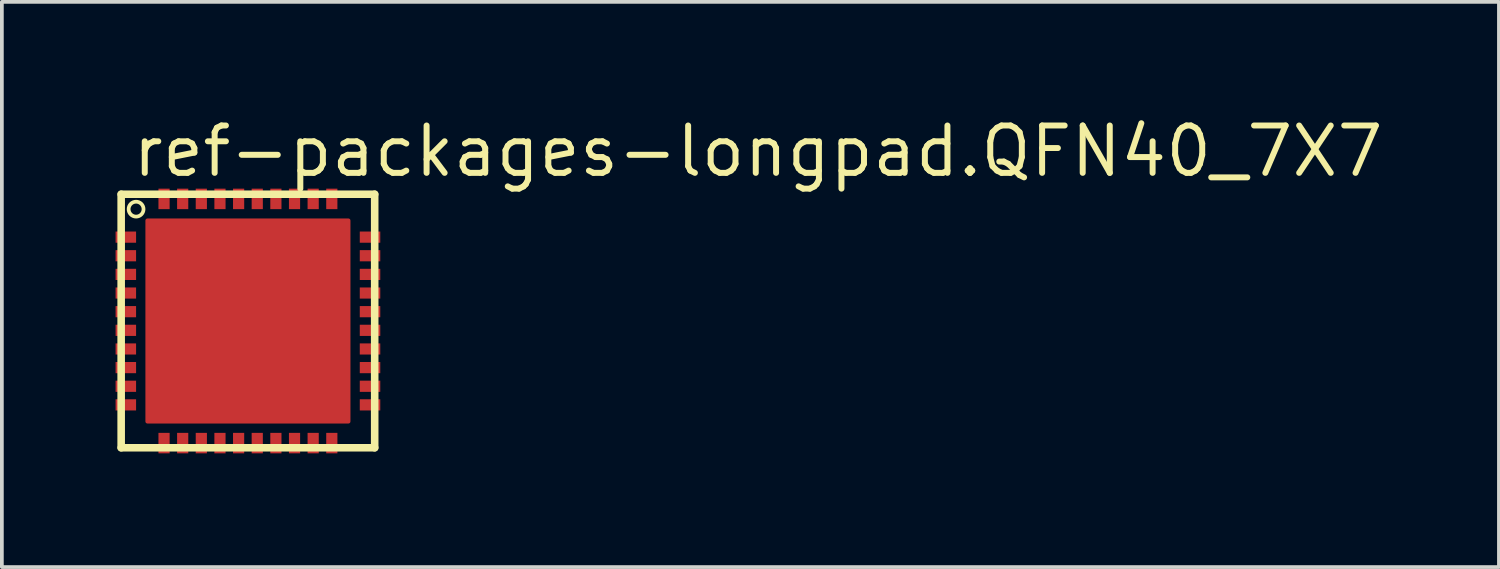
<source format=kicad_pcb>
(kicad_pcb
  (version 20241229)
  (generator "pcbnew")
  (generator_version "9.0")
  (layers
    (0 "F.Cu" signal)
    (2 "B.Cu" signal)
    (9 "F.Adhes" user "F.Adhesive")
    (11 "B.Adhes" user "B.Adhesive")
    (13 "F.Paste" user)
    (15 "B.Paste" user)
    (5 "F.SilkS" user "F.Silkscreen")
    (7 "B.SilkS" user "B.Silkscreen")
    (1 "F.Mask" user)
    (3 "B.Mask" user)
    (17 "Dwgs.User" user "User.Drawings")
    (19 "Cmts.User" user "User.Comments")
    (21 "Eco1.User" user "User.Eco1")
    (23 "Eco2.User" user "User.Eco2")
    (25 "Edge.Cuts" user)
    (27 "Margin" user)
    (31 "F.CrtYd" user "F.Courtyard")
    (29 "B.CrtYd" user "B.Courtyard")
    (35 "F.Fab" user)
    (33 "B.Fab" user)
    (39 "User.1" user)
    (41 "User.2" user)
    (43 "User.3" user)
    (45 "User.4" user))
  (footprint "ref-packages-longpad.QFN40_7X7"
    (layer "F.Cu")
    (at 3.6 5.56)
    (property "Reference" "ref-packages-longpad.QFN40_7X7" (at -3.175 -3.81 0) (layer "F.SilkS") (effects (font (size 1.27 1.27) (thickness 0.16)) (justify left bottom)))
    (attr smd)
    (fp_rect (start -3.575 -2.075) (end -2.975 -2.425) (stroke (width 0.05) (type default)) (fill yes) (layer "F.Mask"))
    (fp_rect (start -3.575 -1.575) (end -2.975 -1.925) (stroke (width 0.05) (type default)) (fill yes) (layer "F.Mask"))
    (fp_rect (start -3.575 -1.075) (end -2.975 -1.425) (stroke (width 0.05) (type default)) (fill yes) (layer "F.Mask"))
    (fp_rect (start -3.575 -0.575) (end -2.975 -0.925) (stroke (width 0.05) (type default)) (fill yes) (layer "F.Mask"))
    (fp_rect (start -3.575 -0.075) (end -2.975 -0.425) (stroke (width 0.05) (type default)) (fill yes) (layer "F.Mask"))
    (fp_rect (start -3.575 0.425) (end -2.975 0.075) (stroke (width 0.05) (type default)) (fill yes) (layer "F.Mask"))
    (fp_rect (start -3.575 0.925) (end -2.975 0.575) (stroke (width 0.05) (type default)) (fill yes) (layer "F.Mask"))
    (fp_rect (start -3.575 1.425) (end -2.975 1.075) (stroke (width 0.05) (type default)) (fill yes) (layer "F.Mask"))
    (fp_rect (start -3.575 1.925) (end -2.975 1.575) (stroke (width 0.05) (type default)) (fill yes) (layer "F.Mask"))
    (fp_rect (start -3.575 2.425) (end -2.975 2.075) (stroke (width 0.05) (type default)) (fill yes) (layer "F.Mask"))
    (fp_rect (start -2.425 -2.975) (end -2.075 -3.575) (stroke (width 0.05) (type default)) (fill yes) (layer "F.Mask"))
    (fp_rect (start -2.425 3.575) (end -2.075 2.975) (stroke (width 0.05) (type default)) (fill yes) (layer "F.Mask"))
    (fp_rect (start -1.925 -2.975) (end -1.575 -3.575) (stroke (width 0.05) (type default)) (fill yes) (layer "F.Mask"))
    (fp_rect (start -1.925 3.575) (end -1.575 2.975) (stroke (width 0.05) (type default)) (fill yes) (layer "F.Mask"))
    (fp_rect (start -1.425 -2.975) (end -1.075 -3.575) (stroke (width 0.05) (type default)) (fill yes) (layer "F.Mask"))
    (fp_rect (start -1.425 3.575) (end -1.075 2.975) (stroke (width 0.05) (type default)) (fill yes) (layer "F.Mask"))
    (fp_rect (start -0.925 -2.975) (end -0.575 -3.575) (stroke (width 0.05) (type default)) (fill yes) (layer "F.Mask"))
    (fp_rect (start -0.925 3.575) (end -0.575 2.975) (stroke (width 0.05) (type default)) (fill yes) (layer "F.Mask"))
    (fp_rect (start -0.425 -2.975) (end -0.075 -3.575) (stroke (width 0.05) (type default)) (fill yes) (layer "F.Mask"))
    (fp_rect (start -0.425 3.575) (end -0.075 2.975) (stroke (width 0.05) (type default)) (fill yes) (layer "F.Mask"))
    (fp_rect (start 0.075 -2.975) (end 0.425 -3.575) (stroke (width 0.05) (type default)) (fill yes) (layer "F.Mask"))
    (fp_rect (start 0.075 3.575) (end 0.425 2.975) (stroke (width 0.05) (type default)) (fill yes) (layer "F.Mask"))
    (fp_rect (start 0.575 -2.975) (end 0.925 -3.575) (stroke (width 0.05) (type default)) (fill yes) (layer "F.Mask"))
    (fp_rect (start 0.575 3.575) (end 0.925 2.975) (stroke (width 0.05) (type default)) (fill yes) (layer "F.Mask"))
    (fp_rect (start 1.075 -2.975) (end 1.425 -3.575) (stroke (width 0.05) (type default)) (fill yes) (layer "F.Mask"))
    (fp_rect (start 1.075 3.575) (end 1.425 2.975) (stroke (width 0.05) (type default)) (fill yes) (layer "F.Mask"))
    (fp_rect (start 1.575 -2.975) (end 1.925 -3.575) (stroke (width 0.05) (type default)) (fill yes) (layer "F.Mask"))
    (fp_rect (start 1.575 3.575) (end 1.925 2.975) (stroke (width 0.05) (type default)) (fill yes) (layer "F.Mask"))
    (fp_rect (start 2.075 -2.975) (end 2.425 -3.575) (stroke (width 0.05) (type default)) (fill yes) (layer "F.Mask"))
    (fp_rect (start 2.075 3.575) (end 2.425 2.975) (stroke (width 0.05) (type default)) (fill yes) (layer "F.Mask"))
    (fp_rect (start 2.975 -2.075) (end 3.575 -2.425) (stroke (width 0.05) (type default)) (fill yes) (layer "F.Mask"))
    (fp_rect (start 2.975 -1.575) (end 3.575 -1.925) (stroke (width 0.05) (type default)) (fill yes) (layer "F.Mask"))
    (fp_rect (start 2.975 -1.075) (end 3.575 -1.425) (stroke (width 0.05) (type default)) (fill yes) (layer "F.Mask"))
    (fp_rect (start 2.975 -0.575) (end 3.575 -0.925) (stroke (width 0.05) (type default)) (fill yes) (layer "F.Mask"))
    (fp_rect (start 2.975 -0.075) (end 3.575 -0.425) (stroke (width 0.05) (type default)) (fill yes) (layer "F.Mask"))
    (fp_rect (start 2.975 0.425) (end 3.575 0.075) (stroke (width 0.05) (type default)) (fill yes) (layer "F.Mask"))
    (fp_rect (start 2.975 0.925) (end 3.575 0.575) (stroke (width 0.05) (type default)) (fill yes) (layer "F.Mask"))
    (fp_rect (start 2.975 1.425) (end 3.575 1.075) (stroke (width 0.05) (type default)) (fill yes) (layer "F.Mask"))
    (fp_rect (start 2.975 1.925) (end 3.575 1.575) (stroke (width 0.05) (type default)) (fill yes) (layer "F.Mask"))
    (fp_rect (start 2.975 2.425) (end 3.575 2.075) (stroke (width 0.05) (type default)) (fill yes) (layer "F.Mask"))
    (fp_poly (pts (xy -2.675 2.675) (xy 2.675 2.675) (xy 2.675 0.675) (xy 2.675 -1.375) (xy 2.675 -2.675) (xy 0.5 -2.675) (xy -2.45 -2.675) (xy -2.675 -2.45)) (stroke (width 0.203) (type default)) (fill yes) (layer "F.Mask"))
    (fp_line (start -3.4 -3.4) (end 3.4 -3.4) (stroke (width 0.203) (type default)) (layer "F.SilkS"))
    (fp_line (start -3.4 3.4) (end -3.4 -3.4) (stroke (width 0.203) (type default)) (layer "F.SilkS"))
    (fp_line (start 3.4 -3.4) (end 3.4 3.4) (stroke (width 0.203) (type default)) (layer "F.SilkS"))
    (fp_line (start 3.4 3.4) (end -3.4 3.4) (stroke (width 0.203) (type default)) (layer "F.SilkS"))
    (fp_circle (center -3 -3) (end -2.8 -3) (stroke (width 0.1) (type default)) (fill no) (layer "F.SilkS"))
    (fp_rect (start -3.525 -2.125) (end -3.025 -2.375) (stroke (width 0.05) (type default)) (fill yes) (layer "F.Paste"))
    (fp_rect (start -3.525 -1.625) (end -3.025 -1.875) (stroke (width 0.05) (type default)) (fill yes) (layer "F.Paste"))
    (fp_rect (start -3.525 -1.125) (end -3.025 -1.375) (stroke (width 0.05) (type default)) (fill yes) (layer "F.Paste"))
    (fp_rect (start -3.525 -0.625) (end -3.025 -0.875) (stroke (width 0.05) (type default)) (fill yes) (layer "F.Paste"))
    (fp_rect (start -3.525 -0.125) (end -3.025 -0.375) (stroke (width 0.05) (type default)) (fill yes) (layer "F.Paste"))
    (fp_rect (start -3.525 0.375) (end -3.025 0.125) (stroke (width 0.05) (type default)) (fill yes) (layer "F.Paste"))
    (fp_rect (start -3.525 0.875) (end -3.025 0.625) (stroke (width 0.05) (type default)) (fill yes) (layer "F.Paste"))
    (fp_rect (start -3.525 1.375) (end -3.025 1.125) (stroke (width 0.05) (type default)) (fill yes) (layer "F.Paste"))
    (fp_rect (start -3.525 1.875) (end -3.025 1.625) (stroke (width 0.05) (type default)) (fill yes) (layer "F.Paste"))
    (fp_rect (start -3.525 2.375) (end -3.025 2.125) (stroke (width 0.05) (type default)) (fill yes) (layer "F.Paste"))
    (fp_rect (start -2.375 -3.025) (end -2.125 -3.525) (stroke (width 0.05) (type default)) (fill yes) (layer "F.Paste"))
    (fp_rect (start -2.375 3.525) (end -2.125 3.025) (stroke (width 0.05) (type default)) (fill yes) (layer "F.Paste"))
    (fp_rect (start -1.875 -3.025) (end -1.625 -3.525) (stroke (width 0.05) (type default)) (fill yes) (layer "F.Paste"))
    (fp_rect (start -1.875 3.525) (end -1.625 3.025) (stroke (width 0.05) (type default)) (fill yes) (layer "F.Paste"))
    (fp_rect (start -1.375 -3.025) (end -1.125 -3.525) (stroke (width 0.05) (type default)) (fill yes) (layer "F.Paste"))
    (fp_rect (start -1.375 3.525) (end -1.125 3.025) (stroke (width 0.05) (type default)) (fill yes) (layer "F.Paste"))
    (fp_rect (start -0.875 -3.025) (end -0.625 -3.525) (stroke (width 0.05) (type default)) (fill yes) (layer "F.Paste"))
    (fp_rect (start -0.875 3.525) (end -0.625 3.025) (stroke (width 0.05) (type default)) (fill yes) (layer "F.Paste"))
    (fp_rect (start -0.375 -3.025) (end -0.125 -3.525) (stroke (width 0.05) (type default)) (fill yes) (layer "F.Paste"))
    (fp_rect (start -0.375 3.525) (end -0.125 3.025) (stroke (width 0.05) (type default)) (fill yes) (layer "F.Paste"))
    (fp_rect (start 0.125 -3.025) (end 0.375 -3.525) (stroke (width 0.05) (type default)) (fill yes) (layer "F.Paste"))
    (fp_rect (start 0.125 3.525) (end 0.375 3.025) (stroke (width 0.05) (type default)) (fill yes) (layer "F.Paste"))
    (fp_rect (start 0.625 -3.025) (end 0.875 -3.525) (stroke (width 0.05) (type default)) (fill yes) (layer "F.Paste"))
    (fp_rect (start 0.625 3.525) (end 0.875 3.025) (stroke (width 0.05) (type default)) (fill yes) (layer "F.Paste"))
    (fp_rect (start 1.125 -3.025) (end 1.375 -3.525) (stroke (width 0.05) (type default)) (fill yes) (layer "F.Paste"))
    (fp_rect (start 1.125 3.525) (end 1.375 3.025) (stroke (width 0.05) (type default)) (fill yes) (layer "F.Paste"))
    (fp_rect (start 1.625 -3.025) (end 1.875 -3.525) (stroke (width 0.05) (type default)) (fill yes) (layer "F.Paste"))
    (fp_rect (start 1.625 3.525) (end 1.875 3.025) (stroke (width 0.05) (type default)) (fill yes) (layer "F.Paste"))
    (fp_rect (start 2.125 -3.025) (end 2.375 -3.525) (stroke (width 0.05) (type default)) (fill yes) (layer "F.Paste"))
    (fp_rect (start 2.125 3.525) (end 2.375 3.025) (stroke (width 0.05) (type default)) (fill yes) (layer "F.Paste"))
    (fp_rect (start 3.025 -2.125) (end 3.525 -2.375) (stroke (width 0.05) (type default)) (fill yes) (layer "F.Paste"))
    (fp_rect (start 3.025 -1.625) (end 3.525 -1.875) (stroke (width 0.05) (type default)) (fill yes) (layer "F.Paste"))
    (fp_rect (start 3.025 -1.125) (end 3.525 -1.375) (stroke (width 0.05) (type default)) (fill yes) (layer "F.Paste"))
    (fp_rect (start 3.025 -0.625) (end 3.525 -0.875) (stroke (width 0.05) (type default)) (fill yes) (layer "F.Paste"))
    (fp_rect (start 3.025 -0.125) (end 3.525 -0.375) (stroke (width 0.05) (type default)) (fill yes) (layer "F.Paste"))
    (fp_rect (start 3.025 0.375) (end 3.525 0.125) (stroke (width 0.05) (type default)) (fill yes) (layer "F.Paste"))
    (fp_rect (start 3.025 0.875) (end 3.525 0.625) (stroke (width 0.05) (type default)) (fill yes) (layer "F.Paste"))
    (fp_rect (start 3.025 1.375) (end 3.525 1.125) (stroke (width 0.05) (type default)) (fill yes) (layer "F.Paste"))
    (fp_rect (start 3.025 1.875) (end 3.525 1.625) (stroke (width 0.05) (type default)) (fill yes) (layer "F.Paste"))
    (fp_rect (start 3.025 2.375) (end 3.525 2.125) (stroke (width 0.05) (type default)) (fill yes) (layer "F.Paste"))
    (fp_poly (pts (xy -2.575 2.575) (xy 2.575 2.575) (xy 2.575 -2.575) (xy -2.25 -2.575) (xy -2.575 -2.25)) (stroke (width 0.203) (type default)) (fill yes) (layer "F.Paste"))
    (pad "1" smd roundrect (at -3.275 -2.25) (size 0.55 0.3) (layers "F.Cu" "F.Mask" "F.Paste") (roundrect_rratio 0.01))
    (pad "2" smd roundrect (at -3.275 -1.75) (size 0.55 0.3) (layers "F.Cu" "F.Mask" "F.Paste") (roundrect_rratio 0.01))
    (pad "3" smd roundrect (at -3.275 -1.25) (size 0.55 0.3) (layers "F.Cu" "F.Mask" "F.Paste") (roundrect_rratio 0.01))
    (pad "4" smd roundrect (at -3.275 -0.75) (size 0.55 0.3) (layers "F.Cu" "F.Mask" "F.Paste") (roundrect_rratio 0.01))
    (pad "5" smd roundrect (at -3.275 -0.25) (size 0.55 0.3) (layers "F.Cu" "F.Mask" "F.Paste") (roundrect_rratio 0.01))
    (pad "6" smd roundrect (at -3.275 0.25) (size 0.55 0.3) (layers "F.Cu" "F.Mask" "F.Paste") (roundrect_rratio 0.01))
    (pad "7" smd roundrect (at -3.275 0.75) (size 0.55 0.3) (layers "F.Cu" "F.Mask" "F.Paste") (roundrect_rratio 0.01))
    (pad "8" smd roundrect (at -3.275 1.25) (size 0.55 0.3) (layers "F.Cu" "F.Mask" "F.Paste") (roundrect_rratio 0.01))
    (pad "9" smd roundrect (at -3.275 1.75) (size 0.55 0.3) (layers "F.Cu" "F.Mask" "F.Paste") (roundrect_rratio 0.01))
    (pad "10" smd roundrect (at -3.275 2.25) (size 0.55 0.3) (layers "F.Cu" "F.Mask" "F.Paste") (roundrect_rratio 0.01))
    (pad "11" smd roundrect (at -2.25 3.275 90) (size 0.55 0.3) (layers "F.Cu" "F.Mask" "F.Paste") (roundrect_rratio 0.01))
    (pad "12" smd roundrect (at -1.75 3.275 90) (size 0.55 0.3) (layers "F.Cu" "F.Mask" "F.Paste") (roundrect_rratio 0.01))
    (pad "13" smd roundrect (at -1.25 3.275 90) (size 0.55 0.3) (layers "F.Cu" "F.Mask" "F.Paste") (roundrect_rratio 0.01))
    (pad "14" smd roundrect (at -0.75 3.275 90) (size 0.55 0.3) (layers "F.Cu" "F.Mask" "F.Paste") (roundrect_rratio 0.01))
    (pad "15" smd roundrect (at -0.25 3.275 90) (size 0.55 0.3) (layers "F.Cu" "F.Mask" "F.Paste") (roundrect_rratio 0.01))
    (pad "16" smd roundrect (at 0.25 3.275 90) (size 0.55 0.3) (layers "F.Cu" "F.Mask" "F.Paste") (roundrect_rratio 0.01))
    (pad "17" smd roundrect (at 0.75 3.275 90) (size 0.55 0.3) (layers "F.Cu" "F.Mask" "F.Paste") (roundrect_rratio 0.01))
    (pad "18" smd roundrect (at 1.25 3.275 90) (size 0.55 0.3) (layers "F.Cu" "F.Mask" "F.Paste") (roundrect_rratio 0.01))
    (pad "19" smd roundrect (at 1.75 3.275 90) (size 0.55 0.3) (layers "F.Cu" "F.Mask" "F.Paste") (roundrect_rratio 0.01))
    (pad "20" smd roundrect (at 2.25 3.275 90) (size 0.55 0.3) (layers "F.Cu" "F.Mask" "F.Paste") (roundrect_rratio 0.01))
    (pad "21" smd roundrect (at 3.275 2.25 180) (size 0.55 0.3) (layers "F.Cu" "F.Mask" "F.Paste") (roundrect_rratio 0.01))
    (pad "22" smd roundrect (at 3.275 1.75 180) (size 0.55 0.3) (layers "F.Cu" "F.Mask" "F.Paste") (roundrect_rratio 0.01))
    (pad "23" smd roundrect (at 3.275 1.25 180) (size 0.55 0.3) (layers "F.Cu" "F.Mask" "F.Paste") (roundrect_rratio 0.01))
    (pad "24" smd roundrect (at 3.275 0.75 180) (size 0.55 0.3) (layers "F.Cu" "F.Mask" "F.Paste") (roundrect_rratio 0.01))
    (pad "25" smd roundrect (at 3.275 0.25 180) (size 0.55 0.3) (layers "F.Cu" "F.Mask" "F.Paste") (roundrect_rratio 0.01))
    (pad "26" smd roundrect (at 3.275 -0.25 180) (size 0.55 0.3) (layers "F.Cu" "F.Mask" "F.Paste") (roundrect_rratio 0.01))
    (pad "27" smd roundrect (at 3.275 -0.75 180) (size 0.55 0.3) (layers "F.Cu" "F.Mask" "F.Paste") (roundrect_rratio 0.01))
    (pad "28" smd roundrect (at 3.275 -1.25 180) (size 0.55 0.3) (layers "F.Cu" "F.Mask" "F.Paste") (roundrect_rratio 0.01))
    (pad "29" smd roundrect (at 3.275 -1.75 180) (size 0.55 0.3) (layers "F.Cu" "F.Mask" "F.Paste") (roundrect_rratio 0.01))
    (pad "30" smd roundrect (at 3.275 -2.25 180) (size 0.55 0.3) (layers "F.Cu" "F.Mask" "F.Paste") (roundrect_rratio 0.01))
    (pad "31" smd roundrect (at 2.25 -3.275 270) (size 0.55 0.3) (layers "F.Cu" "F.Mask" "F.Paste") (roundrect_rratio 0.01))
    (pad "32" smd roundrect (at 1.75 -3.275 270) (size 0.55 0.3) (layers "F.Cu" "F.Mask" "F.Paste") (roundrect_rratio 0.01))
    (pad "33" smd roundrect (at 1.25 -3.275 270) (size 0.55 0.3) (layers "F.Cu" "F.Mask" "F.Paste") (roundrect_rratio 0.01))
    (pad "34" smd roundrect (at 0.75 -3.275 270) (size 0.55 0.3) (layers "F.Cu" "F.Mask" "F.Paste") (roundrect_rratio 0.01))
    (pad "35" smd roundrect (at 0.25 -3.275 270) (size 0.55 0.3) (layers "F.Cu" "F.Mask" "F.Paste") (roundrect_rratio 0.01))
    (pad "36" smd roundrect (at -0.25 -3.275 270) (size 0.55 0.3) (layers "F.Cu" "F.Mask" "F.Paste") (roundrect_rratio 0.01))
    (pad "37" smd roundrect (at -0.75 -3.275 270) (size 0.55 0.3) (layers "F.Cu" "F.Mask" "F.Paste") (roundrect_rratio 0.01))
    (pad "38" smd roundrect (at -1.25 -3.275 270) (size 0.55 0.3) (layers "F.Cu" "F.Mask" "F.Paste") (roundrect_rratio 0.01))
    (pad "39" smd roundrect (at -1.75 -3.275 270) (size 0.55 0.3) (layers "F.Cu" "F.Mask" "F.Paste") (roundrect_rratio 0.01))
    (pad "40" smd roundrect (at -2.25 -3.275 270) (size 0.55 0.3) (layers "F.Cu" "F.Mask" "F.Paste") (roundrect_rratio 0.01))
    (pad "EXP" smd roundrect (at 0 0) (size 5.5 5.5) (layers "F.Cu" "F.Mask" "F.Paste") (roundrect_rratio 0.01)))
  (gr_rect
    (start -3 -3)
    (end 37.155 12.16)
    (stroke (width 0.1) (type default))
    (fill no)
    (layer "Edge.Cuts")))
</source>
